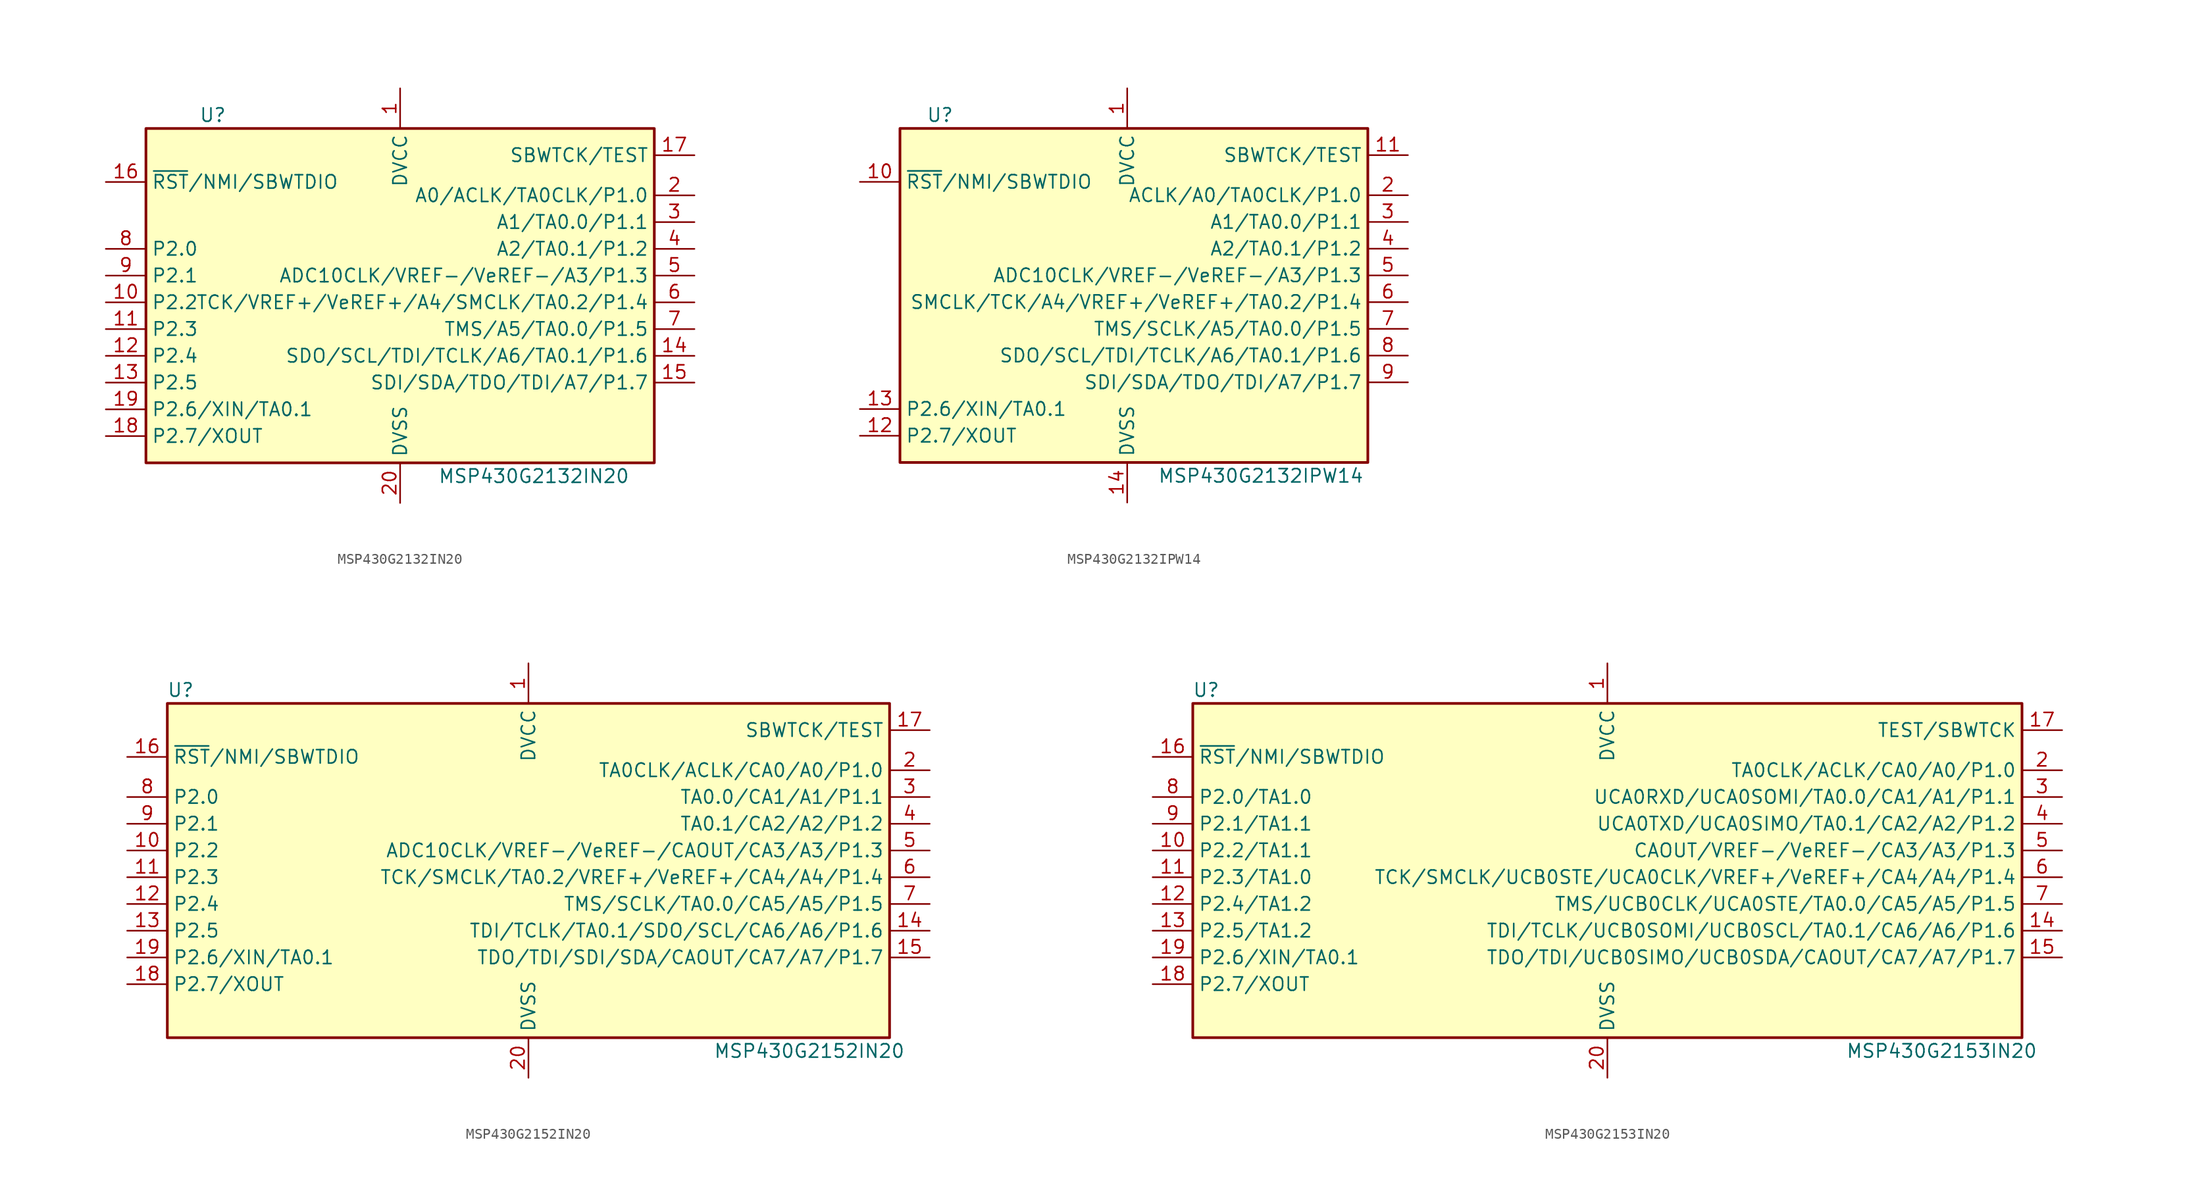
<source format=kicad_sym>
(kicad_symbol_lib
  (version 20201005)
  (generator kicad_symbol_editor)
  (symbol "MSP430G2132IN20"
    (property "Reference" "U"
      (at -17.78 17.78 0)
      (effects (font (size 1.27 1.27))))
    (property "Value" "MSP430G2132IN20"
      (at 12.7 -16.51 0)
      (effects (font (size 1.27 1.27))))
    (symbol "MSP430G2132IN20_0_1"
      (rectangle (start -24.13 16.51) (end 24.13 -15.24) (stroke (width 0.254)) (fill (type background))))
    (symbol "MSP430G2132IN20_1_1"
      (pin power_in line (at 0 20.32 270) (length 3.81) (name "DVCC" (effects (font (size 1.27 1.27)))) (number "1" (effects (font (size 1.27 1.27)))))
      (pin bidirectional line (at -27.94 0 0) (length 3.81) (name "P2.2" (effects (font (size 1.27 1.27)))) (number "10" (effects (font (size 1.27 1.27)))))
      (pin bidirectional line (at -27.94 -2.54 0) (length 3.81) (name "P2.3" (effects (font (size 1.27 1.27)))) (number "11" (effects (font (size 1.27 1.27)))))
      (pin bidirectional line (at -27.94 -5.08 0) (length 3.81) (name "P2.4" (effects (font (size 1.27 1.27)))) (number "12" (effects (font (size 1.27 1.27)))))
      (pin bidirectional line (at -27.94 -7.62 0) (length 3.81) (name "P2.5" (effects (font (size 1.27 1.27)))) (number "13" (effects (font (size 1.27 1.27)))))
      (pin bidirectional line (at 27.94 -5.08 180) (length 3.81) (name "SDO/SCL/TDI/TCLK/A6/TA0.1/P1.6" (effects (font (size 1.27 1.27)))) (number "14" (effects (font (size 1.27 1.27)))))
      (pin bidirectional line (at 27.94 -7.62 180) (length 3.81) (name "SDI/SDA/TDO/TDI/A7/P1.7" (effects (font (size 1.27 1.27)))) (number "15" (effects (font (size 1.27 1.27)))))
      (pin input line (at -27.94 11.43 0) (length 3.81) (name "~RST~/NMI/SBWTDIO" (effects (font (size 1.27 1.27)))) (number "16" (effects (font (size 1.27 1.27)))))
      (pin input line (at 27.94 13.97 180) (length 3.81) (name "SBWTCK/TEST" (effects (font (size 1.27 1.27)))) (number "17" (effects (font (size 1.27 1.27)))))
      (pin bidirectional line (at -27.94 -12.7 0) (length 3.81) (name "P2.7/XOUT" (effects (font (size 1.27 1.27)))) (number "18" (effects (font (size 1.27 1.27)))))
      (pin bidirectional line (at -27.94 -10.16 0) (length 3.81) (name "P2.6/XIN/TA0.1" (effects (font (size 1.27 1.27)))) (number "19" (effects (font (size 1.27 1.27)))))
      (pin bidirectional line (at 27.94 10.16 180) (length 3.81) (name "A0/ACLK/TA0CLK/P1.0" (effects (font (size 1.27 1.27)))) (number "2" (effects (font (size 1.27 1.27)))))
      (pin power_in line (at 0 -19.05 90) (length 3.81) (name "DVSS" (effects (font (size 1.27 1.27)))) (number "20" (effects (font (size 1.27 1.27)))))
      (pin bidirectional line (at 27.94 7.62 180) (length 3.81) (name "A1/TA0.0/P1.1" (effects (font (size 1.27 1.27)))) (number "3" (effects (font (size 1.27 1.27)))))
      (pin bidirectional line (at 27.94 5.08 180) (length 3.81) (name "A2/TA0.1/P1.2" (effects (font (size 1.27 1.27)))) (number "4" (effects (font (size 1.27 1.27)))))
      (pin bidirectional line (at 27.94 2.54 180) (length 3.81) (name "ADC10CLK/VREF-/VeREF-/A3/P1.3" (effects (font (size 1.27 1.27)))) (number "5" (effects (font (size 1.27 1.27)))))
      (pin bidirectional line (at 27.94 0 180) (length 3.81) (name "TCK/VREF+/VeREF+/A4/SMCLK/TA0.2/P1.4" (effects (font (size 1.27 1.27)))) (number "6" (effects (font (size 1.27 1.27)))))
      (pin bidirectional line (at 27.94 -2.54 180) (length 3.81) (name "TMS/A5/TA0.0/P1.5" (effects (font (size 1.27 1.27)))) (number "7" (effects (font (size 1.27 1.27)))))
      (pin bidirectional line (at -27.94 5.08 0) (length 3.81) (name "P2.0" (effects (font (size 1.27 1.27)))) (number "8" (effects (font (size 1.27 1.27)))))
      (pin bidirectional line (at -27.94 2.54 0) (length 3.81) (name "P2.1" (effects (font (size 1.27 1.27)))) (number "9" (effects (font (size 1.27 1.27)))))))
  (symbol "MSP430G2132IPW14"
    (property "Reference" "U"
      (at -17.78 17.78 0)
      (effects (font (size 1.27 1.27))))
    (property "Value" "MSP430G2132IPW14"
      (at 12.7 -16.51 0)
      (effects (font (size 1.27 1.27))))
    (symbol "MSP430G2132IPW14_0_1"
      (rectangle (start -21.59 16.51) (end 22.86 -15.24) (stroke (width 0.254)) (fill (type background))))
    (symbol "MSP430G2132IPW14_1_1"
      (pin power_in line (at 0 20.32 270) (length 3.81) (name "DVCC" (effects (font (size 1.27 1.27)))) (number "1" (effects (font (size 1.27 1.27)))))
      (pin input line (at -25.4 11.43 0) (length 3.81) (name "~RST~/NMI/SBWTDIO" (effects (font (size 1.27 1.27)))) (number "10" (effects (font (size 1.27 1.27)))))
      (pin input line (at 26.67 13.97 180) (length 3.81) (name "SBWTCK/TEST" (effects (font (size 1.27 1.27)))) (number "11" (effects (font (size 1.27 1.27)))))
      (pin bidirectional line (at -25.4 -12.7 0) (length 3.81) (name "P2.7/XOUT" (effects (font (size 1.27 1.27)))) (number "12" (effects (font (size 1.27 1.27)))))
      (pin bidirectional line (at -25.4 -10.16 0) (length 3.81) (name "P2.6/XIN/TA0.1" (effects (font (size 1.27 1.27)))) (number "13" (effects (font (size 1.27 1.27)))))
      (pin power_in line (at 0 -19.05 90) (length 3.81) (name "DVSS" (effects (font (size 1.27 1.27)))) (number "14" (effects (font (size 1.27 1.27)))))
      (pin bidirectional line (at 26.67 10.16 180) (length 3.81) (name "ACLK/A0/TA0CLK/P1.0" (effects (font (size 1.27 1.27)))) (number "2" (effects (font (size 1.27 1.27)))))
      (pin bidirectional line (at 26.67 7.62 180) (length 3.81) (name "A1/TA0.0/P1.1" (effects (font (size 1.27 1.27)))) (number "3" (effects (font (size 1.27 1.27)))))
      (pin bidirectional line (at 26.67 5.08 180) (length 3.81) (name "A2/TA0.1/P1.2" (effects (font (size 1.27 1.27)))) (number "4" (effects (font (size 1.27 1.27)))))
      (pin bidirectional line (at 26.67 2.54 180) (length 3.81) (name "ADC10CLK/VREF-/VeREF-/A3/P1.3" (effects (font (size 1.27 1.27)))) (number "5" (effects (font (size 1.27 1.27)))))
      (pin bidirectional line (at 26.67 0 180) (length 3.81) (name "SMCLK/TCK/A4/VREF+/VeREF+/TA0.2/P1.4" (effects (font (size 1.27 1.27)))) (number "6" (effects (font (size 1.27 1.27)))))
      (pin bidirectional line (at 26.67 -2.54 180) (length 3.81) (name "TMS/SCLK/A5/TA0.0/P1.5" (effects (font (size 1.27 1.27)))) (number "7" (effects (font (size 1.27 1.27)))))
      (pin bidirectional line (at 26.67 -5.08 180) (length 3.81) (name "SDO/SCL/TDI/TCLK/A6/TA0.1/P1.6" (effects (font (size 1.27 1.27)))) (number "8" (effects (font (size 1.27 1.27)))))
      (pin bidirectional line (at 26.67 -7.62 180) (length 3.81) (name "SDI/SDA/TDO/TDI/A7/P1.7" (effects (font (size 1.27 1.27)))) (number "9" (effects (font (size 1.27 1.27)))))))
  (symbol "MSP430G2152IN20"
    (property "Reference" "U"
      (at -33.02 17.78 0)
      (effects (font (size 1.27 1.27))))
    (property "Value" "MSP430G2152IN20"
      (at 26.67 -16.51 0)
      (effects (font (size 1.27 1.27))))
    (symbol "MSP430G2152IN20_0_1"
      (rectangle (start -34.29 16.51) (end 34.29 -15.24) (stroke (width 0.254)) (fill (type background))))
    (symbol "MSP430G2152IN20_1_1"
      (pin power_in line (at 0 20.32 270) (length 3.81) (name "DVCC" (effects (font (size 1.27 1.27)))) (number "1" (effects (font (size 1.27 1.27)))))
      (pin bidirectional line (at -38.1 2.54 0) (length 3.81) (name "P2.2" (effects (font (size 1.27 1.27)))) (number "10" (effects (font (size 1.27 1.27)))))
      (pin bidirectional line (at -38.1 0 0) (length 3.81) (name "P2.3" (effects (font (size 1.27 1.27)))) (number "11" (effects (font (size 1.27 1.27)))))
      (pin bidirectional line (at -38.1 -2.54 0) (length 3.81) (name "P2.4" (effects (font (size 1.27 1.27)))) (number "12" (effects (font (size 1.27 1.27)))))
      (pin bidirectional line (at -38.1 -5.08 0) (length 3.81) (name "P2.5" (effects (font (size 1.27 1.27)))) (number "13" (effects (font (size 1.27 1.27)))))
      (pin bidirectional line (at 38.1 -5.08 180) (length 3.81) (name "TDI/TCLK/TA0.1/SDO/SCL/CA6/A6/P1.6" (effects (font (size 1.27 1.27)))) (number "14" (effects (font (size 1.27 1.27)))))
      (pin bidirectional line (at 38.1 -7.62 180) (length 3.81) (name "TDO/TDI/SDI/SDA/CAOUT/CA7/A7/P1.7" (effects (font (size 1.27 1.27)))) (number "15" (effects (font (size 1.27 1.27)))))
      (pin input line (at -38.1 11.43 0) (length 3.81) (name "~RST~/NMI/SBWTDIO" (effects (font (size 1.27 1.27)))) (number "16" (effects (font (size 1.27 1.27)))))
      (pin input line (at 38.1 13.97 180) (length 3.81) (name "SBWTCK/TEST" (effects (font (size 1.27 1.27)))) (number "17" (effects (font (size 1.27 1.27)))))
      (pin bidirectional line (at -38.1 -10.16 0) (length 3.81) (name "P2.7/XOUT" (effects (font (size 1.27 1.27)))) (number "18" (effects (font (size 1.27 1.27)))))
      (pin bidirectional line (at -38.1 -7.62 0) (length 3.81) (name "P2.6/XIN/TA0.1" (effects (font (size 1.27 1.27)))) (number "19" (effects (font (size 1.27 1.27)))))
      (pin bidirectional line (at 38.1 10.16 180) (length 3.81) (name "TA0CLK/ACLK/CA0/A0/P1.0" (effects (font (size 1.27 1.27)))) (number "2" (effects (font (size 1.27 1.27)))))
      (pin power_in line (at 0 -19.05 90) (length 3.81) (name "DVSS" (effects (font (size 1.27 1.27)))) (number "20" (effects (font (size 1.27 1.27)))))
      (pin bidirectional line (at 38.1 7.62 180) (length 3.81) (name "TA0.0/CA1/A1/P1.1" (effects (font (size 1.27 1.27)))) (number "3" (effects (font (size 1.27 1.27)))))
      (pin bidirectional line (at 38.1 5.08 180) (length 3.81) (name "TA0.1/CA2/A2/P1.2" (effects (font (size 1.27 1.27)))) (number "4" (effects (font (size 1.27 1.27)))))
      (pin bidirectional line (at 38.1 2.54 180) (length 3.81) (name "ADC10CLK/VREF-/VeREF-/CAOUT/CA3/A3/P1.3" (effects (font (size 1.27 1.27)))) (number "5" (effects (font (size 1.27 1.27)))))
      (pin bidirectional line (at 38.1 0 180) (length 3.81) (name "TCK/SMCLK/TA0.2/VREF+/VeREF+/CA4/A4/P1.4" (effects (font (size 1.27 1.27)))) (number "6" (effects (font (size 1.27 1.27)))))
      (pin bidirectional line (at 38.1 -2.54 180) (length 3.81) (name "TMS/SCLK/TA0.0/CA5/A5/P1.5" (effects (font (size 1.27 1.27)))) (number "7" (effects (font (size 1.27 1.27)))))
      (pin bidirectional line (at -38.1 7.62 0) (length 3.81) (name "P2.0" (effects (font (size 1.27 1.27)))) (number "8" (effects (font (size 1.27 1.27)))))
      (pin bidirectional line (at -38.1 5.08 0) (length 3.81) (name "P2.1" (effects (font (size 1.27 1.27)))) (number "9" (effects (font (size 1.27 1.27)))))))
  (symbol "MSP430G2153IN20"
    (property "Reference" "U"
      (at -38.1 17.78 0)
      (effects (font (size 1.27 1.27))))
    (property "Value" "MSP430G2153IN20"
      (at 31.75 -16.51 0)
      (effects (font (size 1.27 1.27))))
    (symbol "MSP430G2153IN20_0_1"
      (rectangle (start -39.37 16.51) (end 39.37 -15.24) (stroke (width 0.254)) (fill (type background))))
    (symbol "MSP430G2153IN20_1_1"
      (pin power_in line (at 0 20.32 270) (length 3.81) (name "DVCC" (effects (font (size 1.27 1.27)))) (number "1" (effects (font (size 1.27 1.27)))))
      (pin bidirectional line (at -43.18 2.54 0) (length 3.81) (name "P2.2/TA1.1" (effects (font (size 1.27 1.27)))) (number "10" (effects (font (size 1.27 1.27)))))
      (pin bidirectional line (at -43.18 0 0) (length 3.81) (name "P2.3/TA1.0" (effects (font (size 1.27 1.27)))) (number "11" (effects (font (size 1.27 1.27)))))
      (pin bidirectional line (at -43.18 -2.54 0) (length 3.81) (name "P2.4/TA1.2" (effects (font (size 1.27 1.27)))) (number "12" (effects (font (size 1.27 1.27)))))
      (pin bidirectional line (at -43.18 -5.08 0) (length 3.81) (name "P2.5/TA1.2" (effects (font (size 1.27 1.27)))) (number "13" (effects (font (size 1.27 1.27)))))
      (pin bidirectional line (at 43.18 -5.08 180) (length 3.81) (name "TDI/TCLK/UCB0SOMI/UCB0SCL/TA0.1/CA6/A6/P1.6" (effects (font (size 1.27 1.27)))) (number "14" (effects (font (size 1.27 1.27)))))
      (pin bidirectional line (at 43.18 -7.62 180) (length 3.81) (name "TDO/TDI/UCB0SIMO/UCB0SDA/CAOUT/CA7/A7/P1.7" (effects (font (size 1.27 1.27)))) (number "15" (effects (font (size 1.27 1.27)))))
      (pin input line (at -43.18 11.43 0) (length 3.81) (name "~RST~/NMI/SBWTDIO" (effects (font (size 1.27 1.27)))) (number "16" (effects (font (size 1.27 1.27)))))
      (pin input line (at 43.18 13.97 180) (length 3.81) (name "TEST/SBWTCK" (effects (font (size 1.27 1.27)))) (number "17" (effects (font (size 1.27 1.27)))))
      (pin bidirectional line (at -43.18 -10.16 0) (length 3.81) (name "P2.7/XOUT" (effects (font (size 1.27 1.27)))) (number "18" (effects (font (size 1.27 1.27)))))
      (pin bidirectional line (at -43.18 -7.62 0) (length 3.81) (name "P2.6/XIN/TA0.1" (effects (font (size 1.27 1.27)))) (number "19" (effects (font (size 1.27 1.27)))))
      (pin bidirectional line (at 43.18 10.16 180) (length 3.81) (name "TA0CLK/ACLK/CA0/A0/P1.0" (effects (font (size 1.27 1.27)))) (number "2" (effects (font (size 1.27 1.27)))))
      (pin power_in line (at 0 -19.05 90) (length 3.81) (name "DVSS" (effects (font (size 1.27 1.27)))) (number "20" (effects (font (size 1.27 1.27)))))
      (pin bidirectional line (at 43.18 7.62 180) (length 3.81) (name "UCA0RXD/UCA0SOMI/TA0.0/CA1/A1/P1.1" (effects (font (size 1.27 1.27)))) (number "3" (effects (font (size 1.27 1.27)))))
      (pin bidirectional line (at 43.18 5.08 180) (length 3.81) (name "UCA0TXD/UCA0SIMO/TA0.1/CA2/A2/P1.2" (effects (font (size 1.27 1.27)))) (number "4" (effects (font (size 1.27 1.27)))))
      (pin bidirectional line (at 43.18 2.54 180) (length 3.81) (name "CAOUT/VREF-/VeREF-/CA3/A3/P1.3" (effects (font (size 1.27 1.27)))) (number "5" (effects (font (size 1.27 1.27)))))
      (pin bidirectional line (at 43.18 0 180) (length 3.81) (name "TCK/SMCLK/UCB0STE/UCA0CLK/VREF+/VeREF+/CA4/A4/P1.4" (effects (font (size 1.27 1.27)))) (number "6" (effects (font (size 1.27 1.27)))))
      (pin bidirectional line (at 43.18 -2.54 180) (length 3.81) (name "TMS/UCB0CLK/UCA0STE/TA0.0/CA5/A5/P1.5" (effects (font (size 1.27 1.27)))) (number "7" (effects (font (size 1.27 1.27)))))
      (pin bidirectional line (at -43.18 7.62 0) (length 3.81) (name "P2.0/TA1.0" (effects (font (size 1.27 1.27)))) (number "8" (effects (font (size 1.27 1.27)))))
      (pin bidirectional line (at -43.18 5.08 0) (length 3.81) (name "P2.1/TA1.1" (effects (font (size 1.27 1.27)))) (number "9" (effects (font (size 1.27 1.27))))))))
</source>
